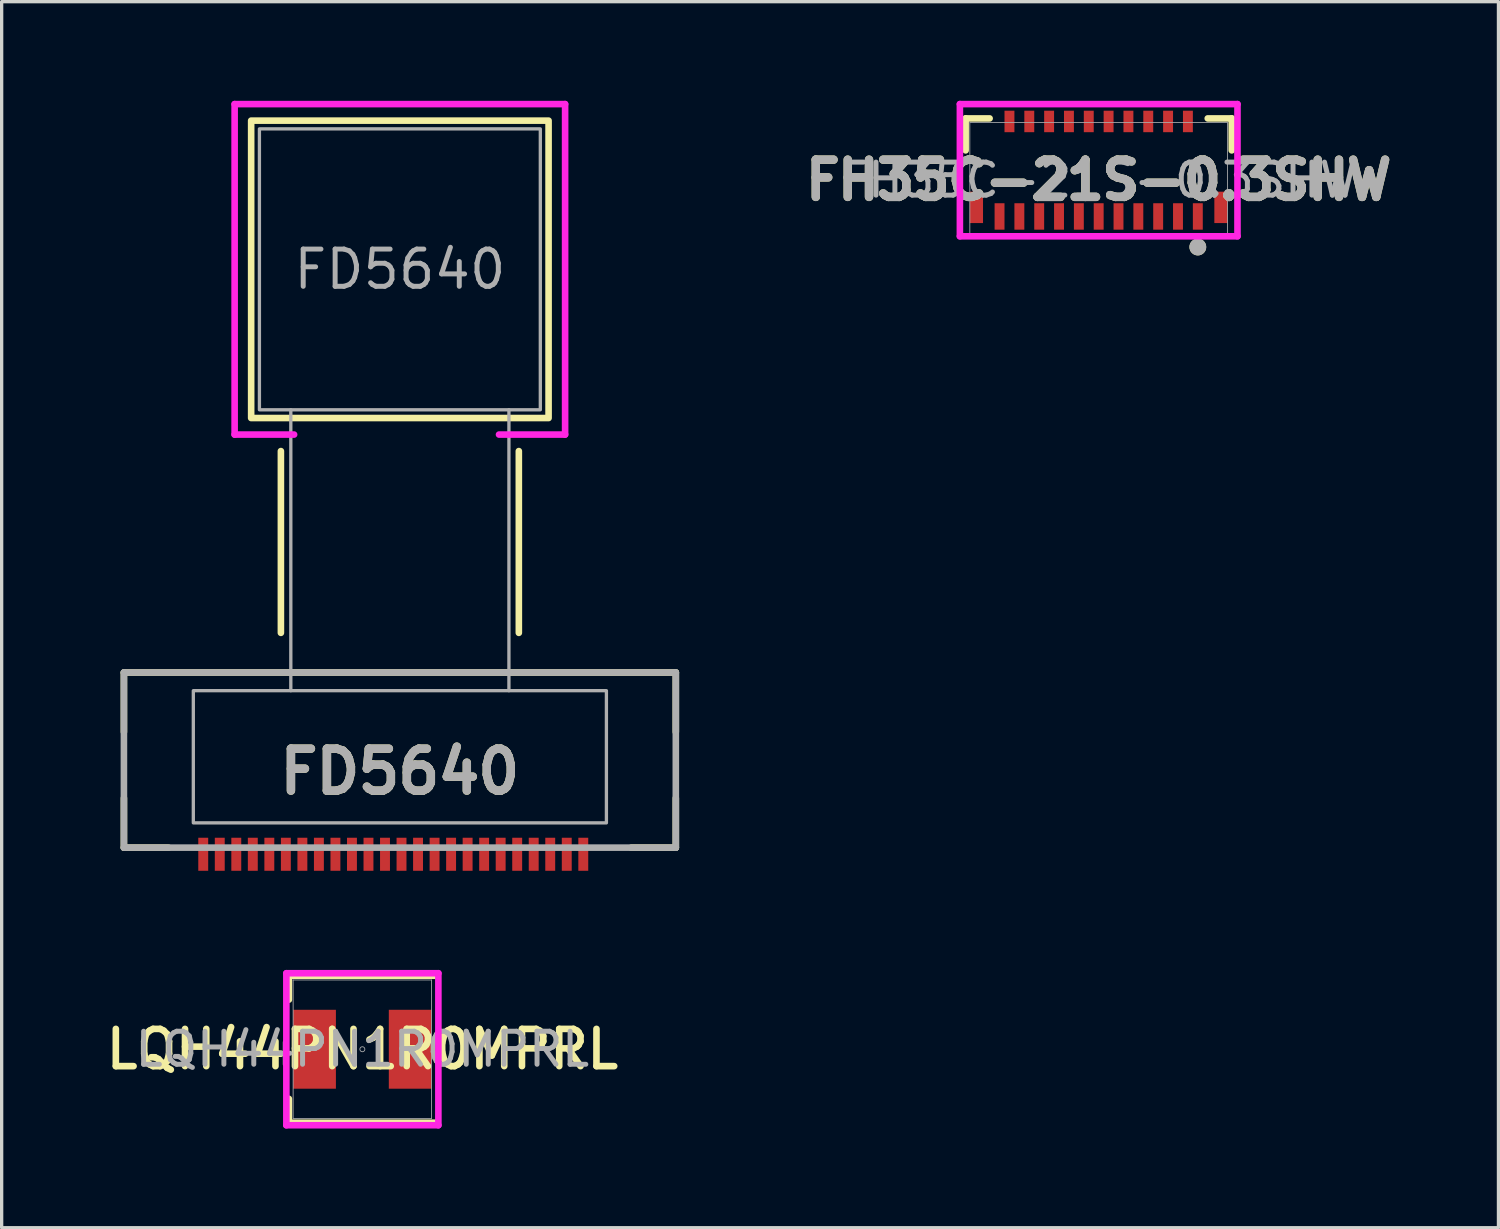
<source format=kicad_pcb>
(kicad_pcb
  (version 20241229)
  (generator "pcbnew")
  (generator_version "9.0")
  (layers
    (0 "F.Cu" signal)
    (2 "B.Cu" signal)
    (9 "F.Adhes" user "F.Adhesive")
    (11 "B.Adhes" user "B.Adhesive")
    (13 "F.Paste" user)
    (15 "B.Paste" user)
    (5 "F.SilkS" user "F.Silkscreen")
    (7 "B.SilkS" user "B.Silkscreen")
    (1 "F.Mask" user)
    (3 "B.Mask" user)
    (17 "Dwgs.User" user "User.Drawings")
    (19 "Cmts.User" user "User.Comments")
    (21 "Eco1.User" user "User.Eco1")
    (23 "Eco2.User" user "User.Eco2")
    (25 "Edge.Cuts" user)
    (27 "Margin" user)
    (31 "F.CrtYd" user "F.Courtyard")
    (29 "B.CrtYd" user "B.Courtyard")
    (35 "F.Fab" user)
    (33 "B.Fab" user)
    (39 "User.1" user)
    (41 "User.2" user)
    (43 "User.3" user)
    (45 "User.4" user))
  (footprint "LQH44PN1R0MPRL"
    (layer "F.Cu")
    (at 7.915 28.7)
    (property "Reference" "LQH44PN1R0MPRL" (at 0 0 0) (unlocked yes) (layer "F.SilkS") (effects (font (size 1.127 1.127) (thickness 0.2) (bold yes))))
    (attr smd)
    (fp_line (start -2.223 -2.223) (end -2.223 -1.501) (stroke (width 0.2) (type solid)) (layer "F.SilkS"))
    (fp_line (start -2.223 1.501) (end -2.223 2.223) (stroke (width 0.2) (type solid)) (layer "F.SilkS"))
    (fp_line (start -2.223 2.223) (end 2.223 2.223) (stroke (width 0.2) (type solid)) (layer "F.SilkS"))
    (fp_line (start 2.223 -2.223) (end -2.223 -2.223) (stroke (width 0.2) (type solid)) (layer "F.SilkS"))
    (fp_line (start -2.3 -2.3) (end 2.3 -2.3) (stroke (width 0.2) (type default)) (layer "F.CrtYd"))
    (fp_line (start -2.3 2.3) (end -2.3 -2.3) (stroke (width 0.2) (type default)) (layer "F.CrtYd"))
    (fp_line (start 2.3 -2.3) (end 2.3 2.3) (stroke (width 0.2) (type default)) (layer "F.CrtYd"))
    (fp_line (start 2.3 2.3) (end -2.3 2.3) (stroke (width 0.2) (type default)) (layer "F.CrtYd"))
    (fp_line (start -2.095 -2.095) (end -2.095 2.095) (stroke (width 0.025) (type solid)) (layer "F.Fab"))
    (fp_line (start -2.095 2.095) (end 2.095 2.095) (stroke (width 0.025) (type solid)) (layer "F.Fab"))
    (fp_line (start 2.095 -2.095) (end -2.095 -2.095) (stroke (width 0.025) (type solid)) (layer "F.Fab"))
    (fp_line (start 2.095 2.095) (end 2.095 -2.095) (stroke (width 0.025) (type solid)) (layer "F.Fab"))
    (fp_circle (center 0 0) (end 0.076 0) (stroke (width 0.025) (type solid)) (fill no) (layer "F.Fab"))
    (fp_text user "${REFERENCE}" (at 0 0 0) (unlocked yes) (layer "F.Fab") (effects (font (size 1 1) (thickness 0.15))))
    (pad "1" smd rect (at -1.448 0) (size 1.295 2.388) (layers "F.Cu" "F.Mask" "F.Paste"))
    (pad "2" smd rect (at 1.448 0) (size 1.295 2.388) (layers "F.Cu" "F.Mask" "F.Paste")))
  (footprint "FH35C-21S-0.3SHW"
    (layer "F.Cu")
    (at 30.196 2.025)
    (property "Reference" "FH35C-21S-0.3SHW" (at 0 0.375 0) (unlocked yes) (layer "F.SilkS") (effects (font (size 1.127 1.127) (thickness 0.254) (bold yes))))
    (attr smd)
    (fp_line (start -4.026 -1.492) (end -4.026 -0.525) (stroke (width 0.2) (type solid)) (layer "F.SilkS"))
    (fp_line (start -3.3 -1.492) (end -4.026 -1.492) (stroke (width 0.2) (type solid)) (layer "F.SilkS"))
    (fp_line (start 4.026 -1.492) (end 3.3 -1.492) (stroke (width 0.2) (type solid)) (layer "F.SilkS"))
    (fp_line (start 4.026 -0.525) (end 4.026 -1.492) (stroke (width 0.2) (type solid)) (layer "F.SilkS"))
    (fp_circle (center 3 2.4) (end 3.127 2.4) (stroke (width 0.254) (type solid)) (fill no) (layer "F.SilkS"))
    (fp_line (start -4.2 -1.925) (end 4.2 -1.925) (stroke (width 0.2) (type default)) (layer "F.CrtYd"))
    (fp_line (start -4.2 2.075) (end -4.2 -1.925) (stroke (width 0.2) (type default)) (layer "F.CrtYd"))
    (fp_line (start 4.2 -1.925) (end 4.2 2.075) (stroke (width 0.2) (type default)) (layer "F.CrtYd"))
    (fp_line (start 4.2 2.075) (end -4.2 2.075) (stroke (width 0.2) (type default)) (layer "F.CrtYd"))
    (fp_line (start -3.899 -1.365) (end -3.899 2.115) (stroke (width 0.025) (type solid)) (layer "F.Fab"))
    (fp_line (start -3.899 2.115) (end 3.899 2.115) (stroke (width 0.025) (type solid)) (layer "F.Fab"))
    (fp_line (start 3.899 -1.365) (end -3.899 -1.365) (stroke (width 0.025) (type solid)) (layer "F.Fab"))
    (fp_line (start 3.899 2.115) (end 3.899 -1.365) (stroke (width 0.025) (type solid)) (layer "F.Fab"))
    (fp_circle (center 3 2.4) (end 2.873 2.4) (stroke (width 0.254) (type solid)) (fill no) (layer "F.Fab"))
    (fp_text user "${REFERENCE}" (at 0 0.375 0) (unlocked yes) (layer "F.Fab") (effects (font (size 1.127 1.127) (thickness 0.254) (bold yes))))
    (fp_text user "${REFERENCE}" (at 0 0.375 0) (unlocked yes) (layer "F.Fab") (effects (font (size 1 1) (thickness 0.15))))
    (pad "1" smd rect (at 3 1.475) (size 0.3 0.8) (layers "F.Cu" "F.Mask" "F.Paste"))
    (pad "2" smd rect (at 2.7 -1.4) (size 0.3 0.65) (layers "F.Cu" "F.Mask" "F.Paste"))
    (pad "3" smd rect (at 2.4 1.475) (size 0.3 0.8) (layers "F.Cu" "F.Mask" "F.Paste"))
    (pad "4" smd rect (at 2.1 -1.4) (size 0.3 0.65) (layers "F.Cu" "F.Mask" "F.Paste"))
    (pad "5" smd rect (at 1.8 1.475) (size 0.3 0.8) (layers "F.Cu" "F.Mask" "F.Paste"))
    (pad "6" smd rect (at 1.5 -1.4) (size 0.3 0.65) (layers "F.Cu" "F.Mask" "F.Paste"))
    (pad "7" smd rect (at 1.2 1.475) (size 0.3 0.8) (layers "F.Cu" "F.Mask" "F.Paste"))
    (pad "8" smd rect (at 0.9 -1.4) (size 0.3 0.65) (layers "F.Cu" "F.Mask" "F.Paste"))
    (pad "9" smd rect (at 0.6 1.475) (size 0.3 0.8) (layers "F.Cu" "F.Mask" "F.Paste"))
    (pad "10" smd rect (at 0.3 -1.4) (size 0.3 0.65) (layers "F.Cu" "F.Mask" "F.Paste"))
    (pad "11" smd rect (at 0 1.475) (size 0.3 0.8) (layers "F.Cu" "F.Mask" "F.Paste"))
    (pad "12" smd rect (at -0.3 -1.4) (size 0.3 0.65) (layers "F.Cu" "F.Mask" "F.Paste"))
    (pad "13" smd rect (at -0.6 1.475) (size 0.3 0.8) (layers "F.Cu" "F.Mask" "F.Paste"))
    (pad "14" smd rect (at -0.9 -1.4) (size 0.3 0.65) (layers "F.Cu" "F.Mask" "F.Paste"))
    (pad "15" smd rect (at -1.2 1.475) (size 0.3 0.8) (layers "F.Cu" "F.Mask" "F.Paste"))
    (pad "16" smd rect (at -1.5 -1.4) (size 0.3 0.65) (layers "F.Cu" "F.Mask" "F.Paste"))
    (pad "17" smd rect (at -1.8 1.475) (size 0.3 0.8) (layers "F.Cu" "F.Mask" "F.Paste"))
    (pad "18" smd rect (at -2.1 -1.4) (size 0.3 0.65) (layers "F.Cu" "F.Mask" "F.Paste"))
    (pad "19" smd rect (at -2.4 1.475) (size 0.3 0.8) (layers "F.Cu" "F.Mask" "F.Paste"))
    (pad "20" smd rect (at -2.7 -1.4) (size 0.3 0.65) (layers "F.Cu" "F.Mask" "F.Paste"))
    (pad "21" smd rect (at -3 1.475) (size 0.3 0.8) (layers "F.Cu" "F.Mask" "F.Paste"))
    (pad "22" smd rect (at -3.7 1.2) (size 0.4 0.95) (layers "F.Cu" "F.Mask" "F.Paste"))
    (pad "23" smd rect (at 3.7 1.2) (size 0.4 0.95) (layers "F.Cu" "F.Mask" "F.Paste")))
  (footprint "FD5640"
    (layer "F.Cu")
    (at 9.05 5.1)
    (property "Reference" "FD5640" (at 0 15.2 180) (layer "F.SilkS") (effects (font (size 1.27 1.27) (thickness 0.254))))
    (attr smd)
    (fp_line (start -8.35 12.2) (end -8.35 14) (stroke (width 0.2) (type solid)) (layer "F.SilkS"))
    (fp_line (start -8.35 17.5) (end -8.35 16) (stroke (width 0.2) (type solid)) (layer "F.SilkS"))
    (fp_line (start -7 17.5) (end -8.35 17.5) (stroke (width 0.2) (type solid)) (layer "F.SilkS"))
    (fp_line (start -3.6 5.5) (end -3.6 11) (stroke (width 0.2) (type default)) (layer "F.SilkS"))
    (fp_line (start 3.6 5.5) (end 3.6 11) (stroke (width 0.2) (type default)) (layer "F.SilkS"))
    (fp_line (start 8.35 12.2) (end -8.35 12.2) (stroke (width 0.2) (type solid)) (layer "F.SilkS"))
    (fp_line (start 8.35 14) (end 8.35 12.2) (stroke (width 0.2) (type solid)) (layer "F.SilkS"))
    (fp_line (start 8.35 16) (end 8.35 17.5) (stroke (width 0.2) (type solid)) (layer "F.SilkS"))
    (fp_line (start 8.35 17.5) (end 7 17.5) (stroke (width 0.2) (type solid)) (layer "F.SilkS"))
    (fp_rect (start -4.5 -4.5) (end 4.5 4.5) (stroke (width 0.2) (type default)) (fill no) (layer "F.SilkS"))
    (fp_line (start -5 -5) (end -5 5) (stroke (width 0.2) (type default)) (layer "F.CrtYd"))
    (fp_line (start -5 5) (end -3.2 5) (stroke (width 0.2) (type default)) (layer "F.CrtYd"))
    (fp_line (start 3 5) (end 5 5) (stroke (width 0.2) (type default)) (layer "F.CrtYd"))
    (fp_line (start 5 -5) (end -5 -5) (stroke (width 0.2) (type default)) (layer "F.CrtYd"))
    (fp_line (start 5 5) (end 5 -5) (stroke (width 0.2) (type default)) (layer "F.CrtYd"))
    (fp_line (start -8.35 12.2) (end 8.35 12.2) (stroke (width 0.2) (type solid)) (layer "F.Fab"))
    (fp_line (start -8.35 17.5) (end -8.35 12.2) (stroke (width 0.2) (type solid)) (layer "F.Fab"))
    (fp_line (start -3.3 4.25) (end -3.3 12.75) (stroke (width 0.1) (type default)) (layer "F.Fab"))
    (fp_line (start 3.3 4.25) (end 3.3 12.75) (stroke (width 0.1) (type default)) (layer "F.Fab"))
    (fp_line (start 8.35 12.2) (end 8.35 17.5) (stroke (width 0.2) (type solid)) (layer "F.Fab"))
    (fp_line (start 8.35 17.5) (end -8.35 17.5) (stroke (width 0.2) (type solid)) (layer "F.Fab"))
    (fp_rect (start -6.25 12.75) (end 6.25 16.75) (stroke (width 0.1) (type default)) (fill no) (layer "F.Fab"))
    (fp_rect (start -4.25 -4.25) (end 4.25 4.25) (stroke (width 0.1) (type default)) (fill no) (layer "F.Fab"))
    (fp_text user "${REFERENCE}" (at 0 15.2 180) (layer "F.Fab") (effects (font (size 1.27 1.27) (thickness 0.254))))
    (fp_text user "${REFERENCE}" (at 0 0 0) (unlocked yes) (layer "F.Fab") (effects (font (size 1.127 1.127) (thickness 0.15))))
    (pad "" smd rect (at -8.05 15 270) (size 1.3 2) (layers "F.Mask" "F.Paste"))
    (pad "" smd rect (at 0 0) (size 7.5 7.5) (layers "F.Mask" "F.Paste"))
    (pad "" smd rect (at 8.05 15 270) (size 1.3 2) (layers "F.Mask" "F.Paste"))
    (pad "1" smd rect (at -5.95 17.7) (size 0.3 1) (layers "F.Cu" "F.Mask" "F.Paste"))
    (pad "2" smd rect (at -5.45 17.7) (size 0.3 1) (layers "F.Cu" "F.Mask" "F.Paste"))
    (pad "3" smd rect (at -4.95 17.7) (size 0.3 1) (layers "F.Cu" "F.Mask" "F.Paste"))
    (pad "4" smd rect (at -4.45 17.7) (size 0.3 1) (layers "F.Cu" "F.Mask" "F.Paste"))
    (pad "5" smd rect (at -3.95 17.7) (size 0.3 1) (layers "F.Cu" "F.Mask" "F.Paste"))
    (pad "6" smd rect (at -3.45 17.7) (size 0.3 1) (layers "F.Cu" "F.Mask" "F.Paste"))
    (pad "7" smd rect (at -2.95 17.7) (size 0.3 1) (layers "F.Cu" "F.Mask" "F.Paste"))
    (pad "8" smd rect (at -2.45 17.7) (size 0.3 1) (layers "F.Cu" "F.Mask" "F.Paste"))
    (pad "9" smd rect (at -1.95 17.7) (size 0.3 1) (layers "F.Cu" "F.Mask" "F.Paste"))
    (pad "10" smd rect (at -1.45 17.7) (size 0.3 1) (layers "F.Cu" "F.Mask" "F.Paste"))
    (pad "11" smd rect (at -0.95 17.7) (size 0.3 1) (layers "F.Cu" "F.Mask" "F.Paste"))
    (pad "12" smd rect (at -0.45 17.7) (size 0.3 1) (layers "F.Cu" "F.Mask" "F.Paste"))
    (pad "13" smd rect (at 0.05 17.7) (size 0.3 1) (layers "F.Cu" "F.Mask" "F.Paste"))
    (pad "14" smd rect (at 0.55 17.7) (size 0.3 1) (layers "F.Cu" "F.Mask" "F.Paste"))
    (pad "15" smd rect (at 1.05 17.7) (size 0.3 1) (layers "F.Cu" "F.Mask" "F.Paste"))
    (pad "16" smd rect (at 1.55 17.7) (size 0.3 1) (layers "F.Cu" "F.Mask" "F.Paste"))
    (pad "17" smd rect (at 2.05 17.7) (size 0.3 1) (layers "F.Cu" "F.Mask" "F.Paste"))
    (pad "18" smd rect (at 2.55 17.7) (size 0.3 1) (layers "F.Cu" "F.Mask" "F.Paste"))
    (pad "19" smd rect (at 3.05 17.7) (size 0.3 1) (layers "F.Cu" "F.Mask" "F.Paste"))
    (pad "20" smd rect (at 3.55 17.7) (size 0.3 1) (layers "F.Cu" "F.Mask" "F.Paste"))
    (pad "21" smd rect (at 4.05 17.7) (size 0.3 1) (layers "F.Cu" "F.Mask" "F.Paste"))
    (pad "22" smd rect (at 4.55 17.7) (size 0.3 1) (layers "F.Cu" "F.Mask" "F.Paste"))
    (pad "23" smd rect (at 5.05 17.7) (size 0.3 1) (layers "F.Cu" "F.Mask" "F.Paste"))
    (pad "24" smd rect (at 5.55 17.7) (size 0.3 1) (layers "F.Cu" "F.Mask" "F.Paste")))
  (gr_rect
    (start -3 -3)
    (end 42.293 34.1)
    (stroke (width 0.1) (type default))
    (fill no)
    (layer "Edge.Cuts")))
</source>
